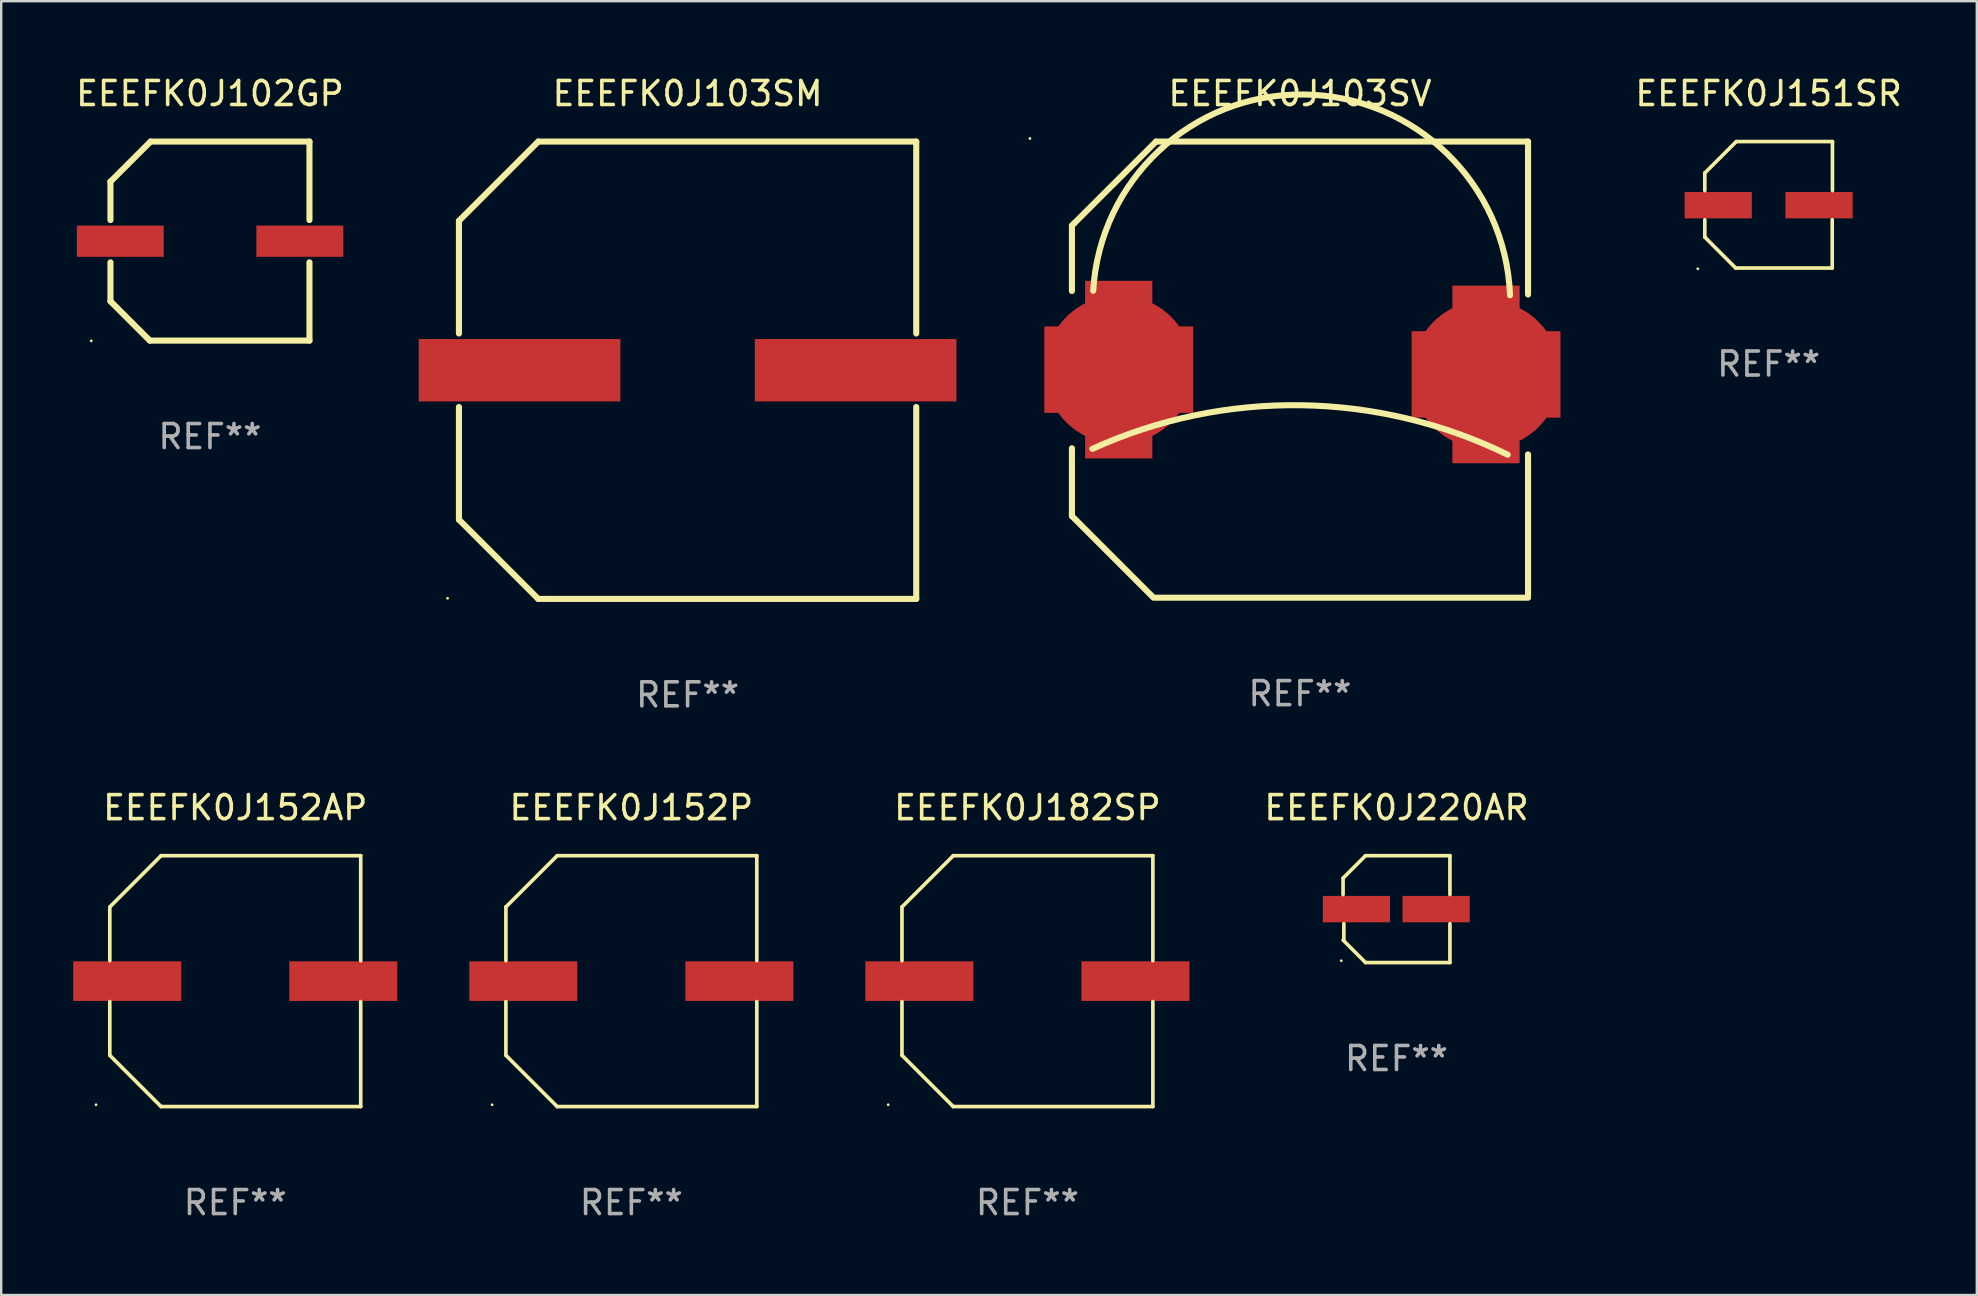
<source format=kicad_pcb>
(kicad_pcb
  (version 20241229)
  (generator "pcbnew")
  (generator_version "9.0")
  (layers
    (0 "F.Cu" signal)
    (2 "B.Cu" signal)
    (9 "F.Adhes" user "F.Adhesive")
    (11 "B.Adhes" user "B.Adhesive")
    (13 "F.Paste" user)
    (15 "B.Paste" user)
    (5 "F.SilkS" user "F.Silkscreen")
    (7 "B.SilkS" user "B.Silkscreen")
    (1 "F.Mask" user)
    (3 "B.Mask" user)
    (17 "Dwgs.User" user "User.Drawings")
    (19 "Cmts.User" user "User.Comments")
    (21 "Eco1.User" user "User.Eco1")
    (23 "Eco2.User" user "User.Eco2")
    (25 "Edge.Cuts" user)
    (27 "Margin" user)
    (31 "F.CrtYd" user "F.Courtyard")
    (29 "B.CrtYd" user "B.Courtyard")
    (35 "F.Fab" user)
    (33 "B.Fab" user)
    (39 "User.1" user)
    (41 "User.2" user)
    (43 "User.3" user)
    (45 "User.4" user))
  (footprint "EEEFK0J151SR"
    (layer "F.Cu")
    (at 70.626 5.482)
    (property "Reference" "EEEFK0J151SR" (at 0 -4.634 0) (layer "F.SilkS") (effects (font (size 1 1) (thickness 0.15))))
    (attr through_hole)
    (fp_line (start -2.659 -1.326) (end -2.659 -0.592) (stroke (width 0.152) (type solid)) (layer "F.SilkS"))
    (fp_line (start -2.659 1.346) (end -2.659 0.622) (stroke (width 0.152) (type solid)) (layer "F.SilkS"))
    (fp_line (start -1.372 2.634) (end -2.659 1.346) (stroke (width 0.152) (type solid)) (layer "F.SilkS"))
    (fp_line (start -1.349 -2.634) (end -2.659 -1.326) (stroke (width 0.152) (type solid)) (layer "F.SilkS"))
    (fp_line (start 2.649 0.622) (end 2.649 2.634) (stroke (width 0.152) (type solid)) (layer "F.SilkS"))
    (fp_line (start 2.649 2.634) (end -1.372 2.634) (stroke (width 0.152) (type solid)) (layer "F.SilkS"))
    (fp_line (start 2.659 -2.634) (end -1.349 -2.634) (stroke (width 0.152) (type solid)) (layer "F.SilkS"))
    (fp_line (start 2.659 -0.592) (end 2.659 -2.634) (stroke (width 0.152) (type solid)) (layer "F.SilkS"))
    (fp_circle (center -2.95 2.665) (end -2.92 2.665) (stroke (width 0.06) (type solid)) (fill no) (layer "F.SilkS"))
    (fp_text user "REF**" (at 0 6.634 0) (layer "F.Fab") (effects (font (size 1 1) (thickness 0.15))))
    (pad "1" smd rect (at -2.1 0.015) (size 2.8 1.1) (layers "F.Cu" "F.Mask" "F.Paste"))
    (pad "2" smd rect (at 2.1 0.015) (size 2.8 1.1) (layers "F.Cu" "F.Mask" "F.Paste")))
  (footprint "EEEFK0J220AR"
    (layer "F.Cu")
    (at 55.124 34.821)
    (property "Reference" "EEEFK0J220AR" (at 0 -4.226 0) (layer "F.SilkS") (effects (font (size 1 1) (thickness 0.15))))
    (attr through_hole)
    (fp_line (start -2.226 -1.29) (end -2.226 -0.607) (stroke (width 0.152) (type solid)) (layer "F.SilkS"))
    (fp_line (start -2.193 1.29) (end -2.193 0.607) (stroke (width 0.152) (type solid)) (layer "F.SilkS"))
    (fp_line (start -1.29 2.226) (end -2.226 1.29) (stroke (width 0.152) (type solid)) (layer "F.SilkS"))
    (fp_line (start -1.29 -2.226) (end -2.226 -1.29) (stroke (width 0.152) (type solid)) (layer "F.SilkS"))
    (fp_line (start 2.226 -2.226) (end -1.29 -2.226) (stroke (width 0.152) (type solid)) (layer "F.SilkS"))
    (fp_line (start 2.226 -0.607) (end 2.226 -2.226) (stroke (width 0.152) (type solid)) (layer "F.SilkS"))
    (fp_line (start 2.226 0.607) (end 2.226 2.226) (stroke (width 0.152) (type solid)) (layer "F.SilkS"))
    (fp_line (start 2.226 2.226) (end -1.29 2.226) (stroke (width 0.152) (type solid)) (layer "F.SilkS"))
    (fp_circle (center -2.3 2.15) (end -2.27 2.15) (stroke (width 0.06) (type solid)) (fill no) (layer "F.SilkS"))
    (fp_text user "REF**" (at 0 6.226 0) (layer "F.Fab") (effects (font (size 1 1) (thickness 0.15))))
    (pad "1" smd rect (at -1.67 -0.000025) (size 2.8 1.1) (layers "F.Cu" "F.Mask" "F.Paste"))
    (pad "2" smd rect (at 1.651 -0.000025) (size 2.8 1.1) (layers "F.Cu" "F.Mask" "F.Paste")))
  (footprint "EEEFK0J182SP"
    (layer "F.Cu")
    (at 39.749 37.821)
    (property "Reference" "EEEFK0J182SP" (at 0 -7.226 0) (layer "F.SilkS") (effects (font (size 1 1) (thickness 0.15))))
    (attr through_hole)
    (fp_line (start -5.226 -3.09) (end -5.226 -0.852) (stroke (width 0.152) (type solid)) (layer "F.SilkS"))
    (fp_line (start -5.226 3.09) (end -5.226 0.852) (stroke (width 0.152) (type solid)) (layer "F.SilkS"))
    (fp_line (start -3.09 -5.226) (end -5.226 -3.09) (stroke (width 0.152) (type solid)) (layer "F.SilkS"))
    (fp_line (start -3.09 5.226) (end -5.226 3.09) (stroke (width 0.152) (type solid)) (layer "F.SilkS"))
    (fp_line (start 5.226 -5.226) (end -3.09 -5.226) (stroke (width 0.152) (type solid)) (layer "F.SilkS"))
    (fp_line (start 5.226 -0.852) (end 5.226 -5.226) (stroke (width 0.152) (type solid)) (layer "F.SilkS"))
    (fp_line (start 5.226 0.852) (end 5.226 5.226) (stroke (width 0.152) (type solid)) (layer "F.SilkS"))
    (fp_line (start 5.226 5.226) (end -3.09 5.226) (stroke (width 0.152) (type solid)) (layer "F.SilkS"))
    (fp_circle (center -5.8 5.15) (end -5.77 5.15) (stroke (width 0.06) (type solid)) (fill no) (layer "F.SilkS"))
    (fp_text user "REF**" (at 0 9.226 0) (layer "F.Fab") (effects (font (size 1 1) (thickness 0.15))))
    (pad "1" smd rect (at -4.5 0) (size 4.5 1.65) (layers "F.Cu" "F.Mask" "F.Paste"))
    (pad "2" smd rect (at 4.5 0) (size 4.5 1.65) (layers "F.Cu" "F.Mask" "F.Paste")))
  (footprint "EEEFK0J102GP"
    (layer "F.Cu")
    (at 5.696 6.993)
    (property "Reference" "EEEFK0J102GP" (at 0 -6.145 0) (layer "F.SilkS") (effects (font (size 1 1) (thickness 0.15))))
    (attr through_hole)
    (fp_line (start -4.145 -2.475) (end -4.145 -0.876) (stroke (width 0.254) (type solid)) (layer "F.SilkS"))
    (fp_line (start -4.145 0.886) (end -4.145 2.505) (stroke (width 0.254) (type solid)) (layer "F.SilkS"))
    (fp_line (start -4.145 2.505) (end -2.505 4.145) (stroke (width 0.254) (type solid)) (layer "F.SilkS"))
    (fp_line (start -2.505 4.145) (end 4.145 4.145) (stroke (width 0.254) (type solid)) (layer "F.SilkS"))
    (fp_line (start -2.475 -4.145) (end -4.145 -2.475) (stroke (width 0.254) (type solid)) (layer "F.SilkS"))
    (fp_line (start 4.145 -4.145) (end -2.475 -4.145) (stroke (width 0.254) (type solid)) (layer "F.SilkS"))
    (fp_line (start 4.145 -0.876) (end 4.145 -4.145) (stroke (width 0.254) (type solid)) (layer "F.SilkS"))
    (fp_line (start 4.145 4.145) (end 4.145 0.886) (stroke (width 0.254) (type solid)) (layer "F.SilkS"))
    (fp_circle (center -4.945 4.155) (end -4.915 4.155) (stroke (width 0.06) (type solid)) (fill no) (layer "F.SilkS"))
    (fp_text user "REF**" (at 0 8.145 0) (layer "F.Fab") (effects (font (size 1 1) (thickness 0.15))))
    (pad "1" smd rect (at -3.735 0.005) (size 3.62 1.3) (layers "F.Cu" "F.Mask" "F.Paste"))
    (pad "2" smd rect (at 3.745 0.005) (size 3.62 1.3) (layers "F.Cu" "F.Mask" "F.Paste")))
  (footprint "EEEFK0J103SM"
    (layer "F.Cu")
    (at 25.593 12.373)
    (property "Reference" "EEEFK0J103SM" (at 0 -11.525 0) (layer "F.SilkS") (effects (font (size 1 1) (thickness 0.15))))
    (attr through_hole)
    (fp_line (start -9.525 -6.223) (end -9.525 -1.531) (stroke (width 0.254) (type solid)) (layer "F.SilkS"))
    (fp_line (start -9.525 1.531) (end -9.525 6.223) (stroke (width 0.254) (type solid)) (layer "F.SilkS"))
    (fp_line (start -9.525 6.223) (end -6.223 9.525) (stroke (width 0.254) (type solid)) (layer "F.SilkS"))
    (fp_line (start -6.223 -9.525) (end -9.525 -6.223) (stroke (width 0.254) (type solid)) (layer "F.SilkS"))
    (fp_line (start -6.223 9.525) (end 9.525 9.525) (stroke (width 0.254) (type solid)) (layer "F.SilkS"))
    (fp_line (start 9.525 -9.525) (end -6.223 -9.525) (stroke (width 0.254) (type solid)) (layer "F.SilkS"))
    (fp_line (start 9.525 -1.531) (end 9.525 -9.525) (stroke (width 0.254) (type solid)) (layer "F.SilkS"))
    (fp_line (start 9.525 9.525) (end 9.525 1.531) (stroke (width 0.254) (type solid)) (layer "F.SilkS"))
    (fp_circle (center -10 9.5) (end -9.97 9.5) (stroke (width 0.06) (type solid)) (fill no) (layer "F.SilkS"))
    (fp_text user "REF**" (at 0 13.525 0) (layer "F.Fab") (effects (font (size 1 1) (thickness 0.15))))
    (pad "1" smd rect (at -7 0) (size 8.4 2.6) (layers "F.Cu" "F.Mask" "F.Paste"))
    (pad "2" smd rect (at 7 0) (size 8.4 2.6) (layers "F.Cu" "F.Mask" "F.Paste")))
  (footprint "EEEFK0J152AP"
    (layer "F.Cu")
    (at 6.75 37.821)
    (property "Reference" "EEEFK0J152AP" (at 0 -7.226 0) (layer "F.SilkS") (effects (font (size 1 1) (thickness 0.15))))
    (attr through_hole)
    (fp_line (start -5.226 -3.09) (end -5.226 -0.852) (stroke (width 0.152) (type solid)) (layer "F.SilkS"))
    (fp_line (start -5.226 3.09) (end -5.226 0.852) (stroke (width 0.152) (type solid)) (layer "F.SilkS"))
    (fp_line (start -3.09 -5.226) (end -5.226 -3.09) (stroke (width 0.152) (type solid)) (layer "F.SilkS"))
    (fp_line (start -3.09 5.226) (end -5.226 3.09) (stroke (width 0.152) (type solid)) (layer "F.SilkS"))
    (fp_line (start 5.226 -5.226) (end -3.09 -5.226) (stroke (width 0.152) (type solid)) (layer "F.SilkS"))
    (fp_line (start 5.226 -0.852) (end 5.226 -5.226) (stroke (width 0.152) (type solid)) (layer "F.SilkS"))
    (fp_line (start 5.226 0.852) (end 5.226 5.226) (stroke (width 0.152) (type solid)) (layer "F.SilkS"))
    (fp_line (start 5.226 5.226) (end -3.09 5.226) (stroke (width 0.152) (type solid)) (layer "F.SilkS"))
    (fp_circle (center -5.8 5.15) (end -5.77 5.15) (stroke (width 0.06) (type solid)) (fill no) (layer "F.SilkS"))
    (fp_text user "REF**" (at 0 9.226 0) (layer "F.Fab") (effects (font (size 1 1) (thickness 0.15))))
    (pad "1" smd rect (at -4.5 0) (size 4.5 1.65) (layers "F.Cu" "F.Mask" "F.Paste"))
    (pad "2" smd rect (at 4.5 0) (size 4.5 1.65) (layers "F.Cu" "F.Mask" "F.Paste")))
  (footprint "EEEFK0J103SV"
    (layer "F.Cu")
    (at 51.103 12.348)
    (property "Reference" "EEEFK0J103SV" (at 0 -11.5 0) (layer "F.SilkS") (effects (font (size 1 1) (thickness 0.15))))
    (attr through_hole)
    (fp_line (start -9.5 -6) (end -9.5 -3.275) (stroke (width 0.254) (type solid)) (layer "F.SilkS"))
    (fp_line (start -9.5 -6) (end -9.401 -6.099) (stroke (width 0.254) (type solid)) (layer "F.SilkS"))
    (fp_line (start -9.5 3.275) (end -9.5 6) (stroke (width 0.254) (type solid)) (layer "F.SilkS"))
    (fp_line (start -9.5 6) (end -9.5 6.1) (stroke (width 0.254) (type solid)) (layer "F.SilkS"))
    (fp_line (start -9.5 6.1) (end -6.1 9.5) (stroke (width 0.254) (type solid)) (layer "F.SilkS"))
    (fp_line (start -9.401 -6.099) (end -6 -9.497) (stroke (width 0.254) (type solid)) (layer "F.SilkS"))
    (fp_line (start -6 -9.5) (end 9.5 -9.5) (stroke (width 0.254) (type solid)) (layer "F.SilkS"))
    (fp_line (start -6 9.5) (end 9.5 9.5) (stroke (width 0.254) (type solid)) (layer "F.SilkS"))
    (fp_line (start 9.5 -9.5) (end 9.5 -3.131) (stroke (width 0.254) (type solid)) (layer "F.SilkS"))
    (fp_line (start 9.5 3.531) (end 9.5 9.4) (stroke (width 0.254) (type solid)) (layer "F.SilkS"))
    (fp_arc (start -8.649975 3.3) (mid 0.029226 1.482607) (end 8.654013 3.542824) (stroke (width 0.254001) (type solid)) (layer "F.SilkS"))
    (fp_arc (start -8.613221 -3.286056) (mid 0.157012 -11.462367) (end 8.750025 -3.1) (stroke (width 0.254001) (type solid)) (layer "F.SilkS"))
    (fp_circle (center -11.25 -9.627) (end -11.22 -9.627) (stroke (width 0.06) (type solid)) (fill no) (layer "F.SilkS"))
    (fp_text user "REF**" (at 0 13.5 0) (layer "F.Fab") (effects (font (size 1 1) (thickness 0.15))))
    (pad "1" smd custom (at -7.55 0 90) (size 6.2 7.4) (layers "F.Cu" "F.Mask" "F.Paste") (options (anchor circle)) (primitives (gr_poly (pts (xy -1.8 3.1) (xy -1.8 1.4) (xy -3.7 1.4) (xy -3.7 -1.4) (xy -1.8 -1.4) (xy -1.8 -3.1) (xy 1.8 -3.1) (xy 1.8 -1.4) (xy 3.7 -1.4) (xy 3.7 1.4) (xy 1.8 1.4) (xy 1.8 3.1)) (width 0) (fill yes))))
    (pad "2" smd custom (at 7.75 0.2 90) (size 6.2 7.4) (layers "F.Cu" "F.Mask" "F.Paste") (options (anchor circle)) (primitives (gr_poly (pts (xy -1.8 3.1) (xy -1.8 1.4) (xy -3.7 1.4) (xy -3.7 -1.4) (xy -1.8 -1.4) (xy -1.8 -3.1) (xy 1.8 -3.1) (xy 1.8 -1.4) (xy 3.7 -1.4) (xy 3.7 1.4) (xy 1.8 1.4) (xy 1.8 3.1)) (width 0) (fill yes)))))
  (footprint "EEEFK0J152P"
    (layer "F.Cu")
    (at 23.25 37.821)
    (property "Reference" "EEEFK0J152P" (at 0 -7.226 0) (layer "F.SilkS") (effects (font (size 1 1) (thickness 0.15))))
    (attr through_hole)
    (fp_line (start -5.226 -3.09) (end -5.226 -0.852) (stroke (width 0.152) (type solid)) (layer "F.SilkS"))
    (fp_line (start -5.226 3.09) (end -5.226 0.852) (stroke (width 0.152) (type solid)) (layer "F.SilkS"))
    (fp_line (start -3.09 -5.226) (end -5.226 -3.09) (stroke (width 0.152) (type solid)) (layer "F.SilkS"))
    (fp_line (start -3.09 5.226) (end -5.226 3.09) (stroke (width 0.152) (type solid)) (layer "F.SilkS"))
    (fp_line (start 5.226 -5.226) (end -3.09 -5.226) (stroke (width 0.152) (type solid)) (layer "F.SilkS"))
    (fp_line (start 5.226 -0.852) (end 5.226 -5.226) (stroke (width 0.152) (type solid)) (layer "F.SilkS"))
    (fp_line (start 5.226 0.852) (end 5.226 5.226) (stroke (width 0.152) (type solid)) (layer "F.SilkS"))
    (fp_line (start 5.226 5.226) (end -3.09 5.226) (stroke (width 0.152) (type solid)) (layer "F.SilkS"))
    (fp_circle (center -5.8 5.15) (end -5.77 5.15) (stroke (width 0.06) (type solid)) (fill no) (layer "F.SilkS"))
    (fp_text user "REF**" (at 0 9.226 0) (layer "F.Fab") (effects (font (size 1 1) (thickness 0.15))))
    (pad "1" smd rect (at -4.5 0) (size 4.5 1.65) (layers "F.Cu" "F.Mask" "F.Paste"))
    (pad "2" smd rect (at 4.5 0) (size 4.5 1.65) (layers "F.Cu" "F.Mask" "F.Paste")))
  (gr_rect
    (start -3 -3)
    (end 79.298 50.896)
    (stroke (width 0.1) (type default))
    (fill no)
    (layer "Edge.Cuts")))
</source>
